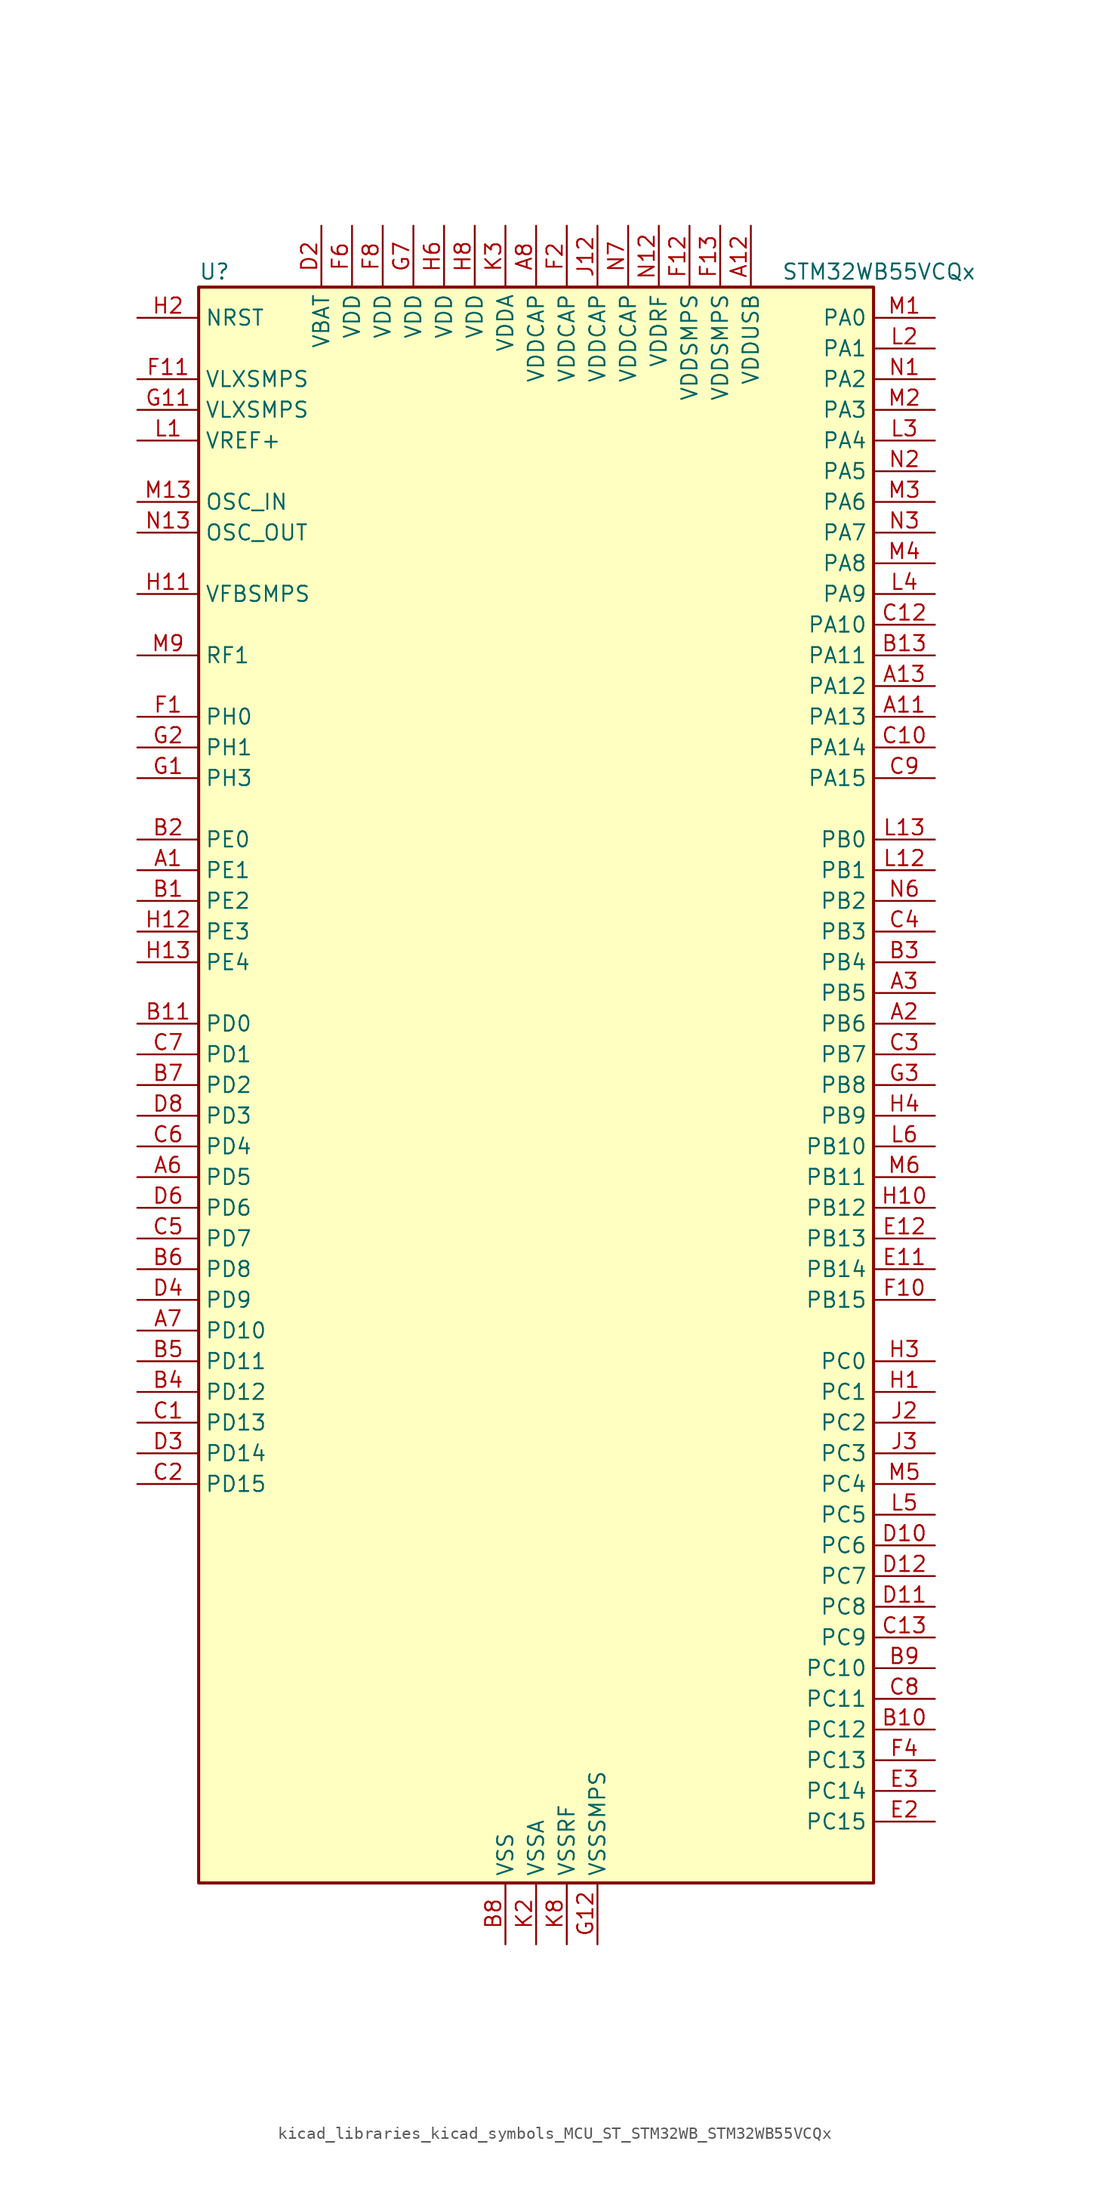
<source format=kicad_sym>
(kicad_symbol_lib
  (version 20220914)
  (generator kicad_symbol_editor)
  (symbol "kicad_libraries_kicad_symbols_MCU_ST_STM32WB_STM32WB55VCQx"
    (property "Reference" "U"
      (at -27.94 67.31 0)
      (effects (font (size 1.27 1.27)) (justify left)))
    (property "Value" "STM32WB55VCQx"
      (at 20.32 67.31 0)
      (effects (font (size 1.27 1.27)) (justify left)))
    (property "ki_locked" ""
      (at 0 0 0)
      (effects (font (size 1.27 1.27))))
    (symbol "kicad_libraries_kicad_symbols_MCU_ST_STM32WB_STM32WB55VCQx_0_1"
      (rectangle (start -27.94 -66.04) (end 27.94 66.04) (stroke (width 0.254) (type default)) (fill (type background))))
    (symbol "kicad_libraries_kicad_symbols_MCU_ST_STM32WB_STM32WB55VCQx_1_1"
      (pin bidirectional line (at -33.02 17.78 0) (length 5.08) (name "PE1" (effects (font (size 1.27 1.27)))) (number "A1" (effects (font (size 1.27 1.27)))) (alternate "LCD_SEG37" bidirectional line) (alternate "TIM17_CH1" bidirectional line) (alternate "TSC_G7_IO2" bidirectional line))
      (pin bidirectional line (at 33.02 30.48 180) (length 5.08) (name "PA13" (effects (font (size 1.27 1.27)))) (number "A11" (effects (font (size 1.27 1.27)))) (alternate "IR_OUT" bidirectional line) (alternate "SAI1_SD_B" bidirectional line) (alternate "SYS_JTMS-SWDIO" bidirectional line) (alternate "USB_NOE" bidirectional line))
      (pin power_in line (at 17.78 71.12 270) (length 5.08) (name "VDDUSB" (effects (font (size 1.27 1.27)))) (number "A12" (effects (font (size 1.27 1.27)))))
      (pin bidirectional line (at 33.02 33.02 180) (length 5.08) (name "PA12" (effects (font (size 1.27 1.27)))) (number "A13" (effects (font (size 1.27 1.27)))) (alternate "LPUART1_RX" bidirectional line) (alternate "SPI1_MOSI" bidirectional line) (alternate "TIM1_ETR" bidirectional line) (alternate "USART1_DE" bidirectional line) (alternate "USART1_RTS" bidirectional line) (alternate "USB_DP" bidirectional line))
      (pin bidirectional line (at 33.02 5.08 180) (length 5.08) (name "PB6" (effects (font (size 1.27 1.27)))) (number "A2" (effects (font (size 1.27 1.27)))) (alternate "COMP2_INP" bidirectional line) (alternate "I2C1_SCL" bidirectional line) (alternate "LCD_SEG6" bidirectional line) (alternate "LPTIM1_ETR" bidirectional line) (alternate "RCC_MCO" bidirectional line) (alternate "SAI1_FS_B" bidirectional line) (alternate "TIM16_CH1N" bidirectional line) (alternate "TSC_G2_IO3" bidirectional line) (alternate "USART1_TX" bidirectional line))
      (pin bidirectional line (at 33.02 7.62 180) (length 5.08) (name "PB5" (effects (font (size 1.27 1.27)))) (number "A3" (effects (font (size 1.27 1.27)))) (alternate "COMP2_OUT" bidirectional line) (alternate "I2C1_SMBA" bidirectional line) (alternate "LCD_SEG9" bidirectional line) (alternate "LPTIM1_IN1" bidirectional line) (alternate "LPUART1_TX" bidirectional line) (alternate "SAI1_SD_B" bidirectional line) (alternate "SPI1_MOSI" bidirectional line) (alternate "TIM16_BKIN" bidirectional line) (alternate "TSC_G2_IO2" bidirectional line) (alternate "USART1_CK" bidirectional line))
      (pin bidirectional line (at -33.02 -7.62 0) (length 5.08) (name "PD5" (effects (font (size 1.27 1.27)))) (number "A6" (effects (font (size 1.27 1.27)))) (alternate "QUADSPI_BK1_IO1" bidirectional line) (alternate "SAI1_MCLK_B" bidirectional line) (alternate "TSC_G5_IO2" bidirectional line))
      (pin bidirectional line (at -33.02 -20.32 0) (length 5.08) (name "PD10" (effects (font (size 1.27 1.27)))) (number "A7" (effects (font (size 1.27 1.27)))) (alternate "LCD_SEG30" bidirectional line) (alternate "SYS_TRIG_INOUT" bidirectional line) (alternate "TSC_G6_IO1" bidirectional line))
      (pin power_in line (at 0 71.12 270) (length 5.08) (name "VDDCAP" (effects (font (size 1.27 1.27)))) (number "A8" (effects (font (size 1.27 1.27)))))
      (pin bidirectional line (at -33.02 15.24 0) (length 5.08) (name "PE2" (effects (font (size 1.27 1.27)))) (number "B1" (effects (font (size 1.27 1.27)))) (alternate "LCD_SEG38" bidirectional line) (alternate "SAI1_CK1" bidirectional line) (alternate "SAI1_MCLK_A" bidirectional line) (alternate "SYS_TRACECLK" bidirectional line) (alternate "TSC_G7_IO1" bidirectional line))
      (pin bidirectional line (at 33.02 -53.34 180) (length 5.08) (name "PC12" (effects (font (size 1.27 1.27)))) (number "B10" (effects (font (size 1.27 1.27)))) (alternate "LCD_COM6" bidirectional line) (alternate "LCD_SEG30" bidirectional line) (alternate "LCD_SEG42" bidirectional line) (alternate "RCC_LSCO" bidirectional line) (alternate "RTC_TAMP3" bidirectional line) (alternate "SYS_TRACED3" bidirectional line) (alternate "SYS_WKUP3" bidirectional line) (alternate "TSC_G3_IO4" bidirectional line))
      (pin bidirectional line (at -33.02 5.08 0) (length 5.08) (name "PD0" (effects (font (size 1.27 1.27)))) (number "B11" (effects (font (size 1.27 1.27)))) (alternate "SPI2_NSS" bidirectional line))
      (pin passive line (at -2.54 -71.12 90) (length 5.08) hide (name "VSS" (effects (font (size 1.27 1.27)))) (number "B12" (effects (font (size 1.27 1.27)))))
      (pin bidirectional line (at 33.02 35.56 180) (length 5.08) (name "PA11" (effects (font (size 1.27 1.27)))) (number "B13" (effects (font (size 1.27 1.27)))) (alternate "ADC1_EXTI11" bidirectional line) (alternate "SPI1_MISO" bidirectional line) (alternate "TIM1_BKIN2" bidirectional line) (alternate "TIM1_CH4" bidirectional line) (alternate "USART1_CTS" bidirectional line) (alternate "USART1_NSS" bidirectional line) (alternate "USB_DM" bidirectional line))
      (pin bidirectional line (at -33.02 20.32 0) (length 5.08) (name "PE0" (effects (font (size 1.27 1.27)))) (number "B2" (effects (font (size 1.27 1.27)))) (alternate "LCD_SEG36" bidirectional line) (alternate "TIM16_CH1" bidirectional line) (alternate "TIM1_ETR" bidirectional line) (alternate "TSC_G7_IO3" bidirectional line))
      (pin bidirectional line (at 33.02 10.16 180) (length 5.08) (name "PB4" (effects (font (size 1.27 1.27)))) (number "B3" (effects (font (size 1.27 1.27)))) (alternate "COMP2_INP" bidirectional line) (alternate "I2C3_SDA" bidirectional line) (alternate "LCD_SEG8" bidirectional line) (alternate "SAI1_MCLK_B" bidirectional line) (alternate "SPI1_MISO" bidirectional line) (alternate "SYS_JTRST" bidirectional line) (alternate "TIM17_BKIN" bidirectional line) (alternate "TSC_G2_IO1" bidirectional line) (alternate "USART1_CTS" bidirectional line) (alternate "USART1_NSS" bidirectional line))
      (pin bidirectional line (at -33.02 -25.4 0) (length 5.08) (name "PD12" (effects (font (size 1.27 1.27)))) (number "B4" (effects (font (size 1.27 1.27)))) (alternate "LCD_SEG32" bidirectional line) (alternate "LPTIM2_IN1" bidirectional line) (alternate "TSC_G6_IO3" bidirectional line))
      (pin bidirectional line (at -33.02 -22.86 0) (length 5.08) (name "PD11" (effects (font (size 1.27 1.27)))) (number "B5" (effects (font (size 1.27 1.27)))) (alternate "ADC1_EXTI11" bidirectional line) (alternate "LCD_SEG31" bidirectional line) (alternate "LPTIM2_ETR" bidirectional line) (alternate "TSC_G6_IO2" bidirectional line))
      (pin bidirectional line (at -33.02 -15.24 0) (length 5.08) (name "PD8" (effects (font (size 1.27 1.27)))) (number "B6" (effects (font (size 1.27 1.27)))) (alternate "LCD_SEG28" bidirectional line) (alternate "TIM1_BKIN2" bidirectional line))
      (pin bidirectional line (at -33.02 0 0) (length 5.08) (name "PD2" (effects (font (size 1.27 1.27)))) (number "B7" (effects (font (size 1.27 1.27)))) (alternate "LCD_COM7" bidirectional line) (alternate "LCD_SEG31" bidirectional line) (alternate "LCD_SEG43" bidirectional line) (alternate "SYS_TRACED2" bidirectional line) (alternate "TSC_SYNC" bidirectional line))
      (pin power_in line (at -2.54 -71.12 90) (length 5.08) (name "VSS" (effects (font (size 1.27 1.27)))) (number "B8" (effects (font (size 1.27 1.27)))))
      (pin bidirectional line (at 33.02 -48.26 180) (length 5.08) (name "PC10" (effects (font (size 1.27 1.27)))) (number "B9" (effects (font (size 1.27 1.27)))) (alternate "LCD_COM4" bidirectional line) (alternate "LCD_SEG28" bidirectional line) (alternate "LCD_SEG40" bidirectional line) (alternate "SYS_TRACED1" bidirectional line) (alternate "TSC_G3_IO2" bidirectional line))
      (pin bidirectional line (at -33.02 -27.94 0) (length 5.08) (name "PD13" (effects (font (size 1.27 1.27)))) (number "C1" (effects (font (size 1.27 1.27)))) (alternate "LCD_SEG33" bidirectional line) (alternate "LPTIM2_OUT" bidirectional line) (alternate "TSC_G6_IO4" bidirectional line))
      (pin bidirectional line (at 33.02 27.94 180) (length 5.08) (name "PA14" (effects (font (size 1.27 1.27)))) (number "C10" (effects (font (size 1.27 1.27)))) (alternate "I2C1_SMBA" bidirectional line) (alternate "LCD_SEG5" bidirectional line) (alternate "LPTIM1_OUT" bidirectional line) (alternate "SAI1_FS_B" bidirectional line) (alternate "SYS_JTCK-SWCLK" bidirectional line))
      (pin passive line (at -2.54 -71.12 90) (length 5.08) hide (name "VSS" (effects (font (size 1.27 1.27)))) (number "C11" (effects (font (size 1.27 1.27)))))
      (pin bidirectional line (at 33.02 38.1 180) (length 5.08) (name "PA10" (effects (font (size 1.27 1.27)))) (number "C12" (effects (font (size 1.27 1.27)))) (alternate "CRS_SYNC" bidirectional line) (alternate "I2C1_SDA" bidirectional line) (alternate "LCD_COM2" bidirectional line) (alternate "SAI1_D1" bidirectional line) (alternate "SAI1_SD_A" bidirectional line) (alternate "TIM17_BKIN" bidirectional line) (alternate "TIM1_CH3" bidirectional line) (alternate "USART1_RX" bidirectional line))
      (pin bidirectional line (at 33.02 -45.72 180) (length 5.08) (name "PC9" (effects (font (size 1.27 1.27)))) (number "C13" (effects (font (size 1.27 1.27)))) (alternate "LCD_SEG27" bidirectional line) (alternate "SAI1_SCK_B" bidirectional line) (alternate "TIM1_BKIN" bidirectional line) (alternate "TSC_G4_IO4" bidirectional line) (alternate "USB_NOE" bidirectional line))
      (pin bidirectional line (at -33.02 -33.02 0) (length 5.08) (name "PD15" (effects (font (size 1.27 1.27)))) (number "C2" (effects (font (size 1.27 1.27)))) (alternate "ADC1_EXTI15" bidirectional line) (alternate "LCD_SEG35" bidirectional line) (alternate "TIM1_CH2" bidirectional line))
      (pin bidirectional line (at 33.02 2.54 180) (length 5.08) (name "PB7" (effects (font (size 1.27 1.27)))) (number "C3" (effects (font (size 1.27 1.27)))) (alternate "COMP2_INM" bidirectional line) (alternate "I2C1_SDA" bidirectional line) (alternate "LCD_SEG21" bidirectional line) (alternate "LPTIM1_IN2" bidirectional line) (alternate "SYS_PVD_IN" bidirectional line) (alternate "TIM17_CH1N" bidirectional line) (alternate "TIM1_BKIN" bidirectional line) (alternate "TSC_G2_IO4" bidirectional line) (alternate "USART1_RX" bidirectional line))
      (pin bidirectional line (at 33.02 12.7 180) (length 5.08) (name "PB3" (effects (font (size 1.27 1.27)))) (number "C4" (effects (font (size 1.27 1.27)))) (alternate "COMP2_INM" bidirectional line) (alternate "LCD_SEG7" bidirectional line) (alternate "SAI1_SCK_B" bidirectional line) (alternate "SPI1_SCK" bidirectional line) (alternate "SYS_JTDO-SWO" bidirectional line) (alternate "TIM2_CH2" bidirectional line) (alternate "USART1_DE" bidirectional line) (alternate "USART1_RTS" bidirectional line))
      (pin bidirectional line (at -33.02 -12.7 0) (length 5.08) (name "PD7" (effects (font (size 1.27 1.27)))) (number "C5" (effects (font (size 1.27 1.27)))) (alternate "LCD_SEG39" bidirectional line) (alternate "QUADSPI_BK1_IO3" bidirectional line) (alternate "TSC_G5_IO4" bidirectional line))
      (pin bidirectional line (at -33.02 -5.08 0) (length 5.08) (name "PD4" (effects (font (size 1.27 1.27)))) (number "C6" (effects (font (size 1.27 1.27)))) (alternate "QUADSPI_BK1_IO0" bidirectional line) (alternate "SPI2_MOSI" bidirectional line) (alternate "TSC_G5_IO1" bidirectional line))
      (pin bidirectional line (at -33.02 2.54 0) (length 5.08) (name "PD1" (effects (font (size 1.27 1.27)))) (number "C7" (effects (font (size 1.27 1.27)))) (alternate "SPI2_SCK" bidirectional line))
      (pin bidirectional line (at 33.02 -50.8 180) (length 5.08) (name "PC11" (effects (font (size 1.27 1.27)))) (number "C8" (effects (font (size 1.27 1.27)))) (alternate "ADC1_EXTI11" bidirectional line) (alternate "LCD_COM5" bidirectional line) (alternate "LCD_SEG29" bidirectional line) (alternate "LCD_SEG41" bidirectional line) (alternate "TSC_G3_IO3" bidirectional line))
      (pin bidirectional line (at 33.02 25.4 180) (length 5.08) (name "PA15" (effects (font (size 1.27 1.27)))) (number "C9" (effects (font (size 1.27 1.27)))) (alternate "ADC1_EXTI15" bidirectional line) (alternate "LCD_SEG17" bidirectional line) (alternate "RCC_MCO" bidirectional line) (alternate "SPI1_NSS" bidirectional line) (alternate "SYS_JTDI" bidirectional line) (alternate "TIM2_CH1" bidirectional line) (alternate "TIM2_ETR" bidirectional line) (alternate "TSC_G3_IO1" bidirectional line))
      (pin bidirectional line (at 33.02 -38.1 180) (length 5.08) (name "PC6" (effects (font (size 1.27 1.27)))) (number "D10" (effects (font (size 1.27 1.27)))) (alternate "LCD_SEG24" bidirectional line) (alternate "TSC_G4_IO1" bidirectional line))
      (pin bidirectional line (at 33.02 -43.18 180) (length 5.08) (name "PC8" (effects (font (size 1.27 1.27)))) (number "D11" (effects (font (size 1.27 1.27)))) (alternate "LCD_SEG26" bidirectional line) (alternate "TSC_G4_IO3" bidirectional line))
      (pin bidirectional line (at 33.02 -40.64 180) (length 5.08) (name "PC7" (effects (font (size 1.27 1.27)))) (number "D12" (effects (font (size 1.27 1.27)))) (alternate "LCD_SEG25" bidirectional line) (alternate "TSC_G4_IO2" bidirectional line))
      (pin power_in line (at -17.78 71.12 270) (length 5.08) (name "VBAT" (effects (font (size 1.27 1.27)))) (number "D2" (effects (font (size 1.27 1.27)))))
      (pin bidirectional line (at -33.02 -30.48 0) (length 5.08) (name "PD14" (effects (font (size 1.27 1.27)))) (number "D3" (effects (font (size 1.27 1.27)))) (alternate "LCD_SEG34" bidirectional line) (alternate "TIM1_CH1" bidirectional line))
      (pin bidirectional line (at -33.02 -17.78 0) (length 5.08) (name "PD9" (effects (font (size 1.27 1.27)))) (number "D4" (effects (font (size 1.27 1.27)))) (alternate "LCD_SEG29" bidirectional line) (alternate "SYS_TRACED0" bidirectional line))
      (pin bidirectional line (at -33.02 -10.16 0) (length 5.08) (name "PD6" (effects (font (size 1.27 1.27)))) (number "D6" (effects (font (size 1.27 1.27)))) (alternate "QUADSPI_BK1_IO2" bidirectional line) (alternate "SAI1_D1" bidirectional line) (alternate "SAI1_SD_A" bidirectional line) (alternate "TSC_G5_IO3" bidirectional line))
      (pin bidirectional line (at -33.02 -2.54 0) (length 5.08) (name "PD3" (effects (font (size 1.27 1.27)))) (number "D8" (effects (font (size 1.27 1.27)))) (alternate "QUADSPI_BK1_NCS" bidirectional line) (alternate "SPI2_MISO" bidirectional line) (alternate "SPI2_SCK" bidirectional line))
      (pin bidirectional line (at 33.02 -15.24 180) (length 5.08) (name "PB14" (effects (font (size 1.27 1.27)))) (number "E11" (effects (font (size 1.27 1.27)))) (alternate "I2C3_SDA" bidirectional line) (alternate "LCD_SEG14" bidirectional line) (alternate "SAI1_MCLK_A" bidirectional line) (alternate "SPI2_MISO" bidirectional line) (alternate "TIM1_CH2N" bidirectional line) (alternate "TSC_G1_IO3" bidirectional line))
      (pin bidirectional line (at 33.02 -12.7 180) (length 5.08) (name "PB13" (effects (font (size 1.27 1.27)))) (number "E12" (effects (font (size 1.27 1.27)))) (alternate "I2C3_SCL" bidirectional line) (alternate "LCD_SEG13" bidirectional line) (alternate "LPUART1_CTS" bidirectional line) (alternate "SAI1_SCK_A" bidirectional line) (alternate "SPI2_SCK" bidirectional line) (alternate "TIM1_CH1N" bidirectional line) (alternate "TSC_G1_IO2" bidirectional line))
      (pin bidirectional line (at 33.02 -60.96 180) (length 5.08) (name "PC15" (effects (font (size 1.27 1.27)))) (number "E2" (effects (font (size 1.27 1.27)))) (alternate "ADC1_EXTI15" bidirectional line) (alternate "RCC_OSC32_OUT" bidirectional line))
      (pin bidirectional line (at 33.02 -58.42 180) (length 5.08) (name "PC14" (effects (font (size 1.27 1.27)))) (number "E3" (effects (font (size 1.27 1.27)))) (alternate "RCC_OSC32_IN" bidirectional line))
      (pin passive line (at -2.54 -71.12 90) (length 5.08) hide (name "VSS" (effects (font (size 1.27 1.27)))) (number "E5" (effects (font (size 1.27 1.27)))))
      (pin passive line (at -2.54 -71.12 90) (length 5.08) hide (name "VSS" (effects (font (size 1.27 1.27)))) (number "E7" (effects (font (size 1.27 1.27)))))
      (pin passive line (at -2.54 -71.12 90) (length 5.08) hide (name "VSS" (effects (font (size 1.27 1.27)))) (number "E9" (effects (font (size 1.27 1.27)))))
      (pin bidirectional line (at -33.02 30.48 0) (length 5.08) (name "PH0" (effects (font (size 1.27 1.27)))) (number "F1" (effects (font (size 1.27 1.27)))))
      (pin bidirectional line (at 33.02 -17.78 180) (length 5.08) (name "PB15" (effects (font (size 1.27 1.27)))) (number "F10" (effects (font (size 1.27 1.27)))) (alternate "ADC1_EXTI15" bidirectional line) (alternate "LCD_SEG15" bidirectional line) (alternate "RTC_REFIN" bidirectional line) (alternate "SAI1_SD_A" bidirectional line) (alternate "SPI2_MOSI" bidirectional line) (alternate "TIM1_CH3N" bidirectional line) (alternate "TSC_G1_IO4" bidirectional line))
      (pin power_in line (at -33.02 58.42 0) (length 5.08) (name "VLXSMPS" (effects (font (size 1.27 1.27)))) (number "F11" (effects (font (size 1.27 1.27)))))
      (pin power_in line (at 12.7 71.12 270) (length 5.08) (name "VDDSMPS" (effects (font (size 1.27 1.27)))) (number "F12" (effects (font (size 1.27 1.27)))))
      (pin power_in line (at 15.24 71.12 270) (length 5.08) (name "VDDSMPS" (effects (font (size 1.27 1.27)))) (number "F13" (effects (font (size 1.27 1.27)))))
      (pin power_in line (at 2.54 71.12 270) (length 5.08) (name "VDDCAP" (effects (font (size 1.27 1.27)))) (number "F2" (effects (font (size 1.27 1.27)))))
      (pin passive line (at -2.54 -71.12 90) (length 5.08) hide (name "VSS" (effects (font (size 1.27 1.27)))) (number "F3" (effects (font (size 1.27 1.27)))))
      (pin bidirectional line (at 33.02 -55.88 180) (length 5.08) (name "PC13" (effects (font (size 1.27 1.27)))) (number "F4" (effects (font (size 1.27 1.27)))) (alternate "RTC_OUT1" bidirectional line) (alternate "RTC_TAMP1" bidirectional line) (alternate "RTC_TS" bidirectional line) (alternate "SYS_WKUP2" bidirectional line))
      (pin power_in line (at -15.24 71.12 270) (length 5.08) (name "VDD" (effects (font (size 1.27 1.27)))) (number "F6" (effects (font (size 1.27 1.27)))))
      (pin power_in line (at -12.7 71.12 270) (length 5.08) (name "VDD" (effects (font (size 1.27 1.27)))) (number "F8" (effects (font (size 1.27 1.27)))))
      (pin bidirectional line (at -33.02 25.4 0) (length 5.08) (name "PH3" (effects (font (size 1.27 1.27)))) (number "G1" (effects (font (size 1.27 1.27)))) (alternate "RCC_LSCO" bidirectional line))
      (pin power_in line (at -33.02 55.88 0) (length 5.08) (name "VLXSMPS" (effects (font (size 1.27 1.27)))) (number "G11" (effects (font (size 1.27 1.27)))))
      (pin power_in line (at 5.08 -71.12 90) (length 5.08) (name "VSSSMPS" (effects (font (size 1.27 1.27)))) (number "G12" (effects (font (size 1.27 1.27)))))
      (pin passive line (at 5.08 -71.12 90) (length 5.08) hide (name "VSSSMPS" (effects (font (size 1.27 1.27)))) (number "G13" (effects (font (size 1.27 1.27)))))
      (pin bidirectional line (at -33.02 27.94 0) (length 5.08) (name "PH1" (effects (font (size 1.27 1.27)))) (number "G2" (effects (font (size 1.27 1.27)))))
      (pin bidirectional line (at 33.02 0 180) (length 5.08) (name "PB8" (effects (font (size 1.27 1.27)))) (number "G3" (effects (font (size 1.27 1.27)))) (alternate "I2C1_SCL" bidirectional line) (alternate "LCD_SEG16" bidirectional line) (alternate "QUADSPI_BK1_IO1" bidirectional line) (alternate "SAI1_CK1" bidirectional line) (alternate "SAI1_MCLK_A" bidirectional line) (alternate "TIM16_CH1" bidirectional line) (alternate "TIM1_CH2N" bidirectional line))
      (pin passive line (at -2.54 -71.12 90) (length 5.08) hide (name "VSS" (effects (font (size 1.27 1.27)))) (number "G5" (effects (font (size 1.27 1.27)))))
      (pin power_in line (at -10.16 71.12 270) (length 5.08) (name "VDD" (effects (font (size 1.27 1.27)))) (number "G7" (effects (font (size 1.27 1.27)))))
      (pin passive line (at -2.54 -71.12 90) (length 5.08) hide (name "VSS" (effects (font (size 1.27 1.27)))) (number "G9" (effects (font (size 1.27 1.27)))))
      (pin bidirectional line (at 33.02 -25.4 180) (length 5.08) (name "PC1" (effects (font (size 1.27 1.27)))) (number "H1" (effects (font (size 1.27 1.27)))) (alternate "ADC1_IN2" bidirectional line) (alternate "I2C3_SDA" bidirectional line) (alternate "LCD_SEG19" bidirectional line) (alternate "LPTIM1_OUT" bidirectional line) (alternate "LPUART1_TX" bidirectional line) (alternate "SPI2_MOSI" bidirectional line))
      (pin bidirectional line (at 33.02 -10.16 180) (length 5.08) (name "PB12" (effects (font (size 1.27 1.27)))) (number "H10" (effects (font (size 1.27 1.27)))) (alternate "I2C3_SMBA" bidirectional line) (alternate "LCD_SEG12" bidirectional line) (alternate "LPUART1_DE" bidirectional line) (alternate "LPUART1_RTS" bidirectional line) (alternate "SAI1_FS_A" bidirectional line) (alternate "SPI2_NSS" bidirectional line) (alternate "TIM1_BKIN" bidirectional line) (alternate "TSC_G1_IO1" bidirectional line))
      (pin input line (at -33.02 40.64 0) (length 5.08) (name "VFBSMPS" (effects (font (size 1.27 1.27)))) (number "H11" (effects (font (size 1.27 1.27)))))
      (pin bidirectional line (at -33.02 12.7 0) (length 5.08) (name "PE3" (effects (font (size 1.27 1.27)))) (number "H12" (effects (font (size 1.27 1.27)))))
      (pin bidirectional line (at -33.02 10.16 0) (length 5.08) (name "PE4" (effects (font (size 1.27 1.27)))) (number "H13" (effects (font (size 1.27 1.27)))))
      (pin input line (at -33.02 63.5 0) (length 5.08) (name "NRST" (effects (font (size 1.27 1.27)))) (number "H2" (effects (font (size 1.27 1.27)))))
      (pin bidirectional line (at 33.02 -22.86 180) (length 5.08) (name "PC0" (effects (font (size 1.27 1.27)))) (number "H3" (effects (font (size 1.27 1.27)))) (alternate "ADC1_IN1" bidirectional line) (alternate "I2C3_SCL" bidirectional line) (alternate "LCD_SEG18" bidirectional line) (alternate "LPTIM1_IN1" bidirectional line) (alternate "LPTIM2_IN1" bidirectional line) (alternate "LPUART1_RX" bidirectional line))
      (pin bidirectional line (at 33.02 -2.54 180) (length 5.08) (name "PB9" (effects (font (size 1.27 1.27)))) (number "H4" (effects (font (size 1.27 1.27)))) (alternate "I2C1_SDA" bidirectional line) (alternate "IR_OUT" bidirectional line) (alternate "LCD_COM3" bidirectional line) (alternate "QUADSPI_BK1_IO0" bidirectional line) (alternate "SAI1_D2" bidirectional line) (alternate "SAI1_FS_A" bidirectional line) (alternate "SPI2_NSS" bidirectional line) (alternate "TIM17_CH1" bidirectional line) (alternate "TIM1_CH3N" bidirectional line) (alternate "TSC_G7_IO4" bidirectional line))
      (pin power_in line (at -7.62 71.12 270) (length 5.08) (name "VDD" (effects (font (size 1.27 1.27)))) (number "H6" (effects (font (size 1.27 1.27)))))
      (pin power_in line (at -5.08 71.12 270) (length 5.08) (name "VDD" (effects (font (size 1.27 1.27)))) (number "H8" (effects (font (size 1.27 1.27)))))
      (pin passive line (at -2.54 -71.12 90) (length 5.08) hide (name "VSS" (effects (font (size 1.27 1.27)))) (number "J11" (effects (font (size 1.27 1.27)))))
      (pin power_in line (at 5.08 71.12 270) (length 5.08) (name "VDDCAP" (effects (font (size 1.27 1.27)))) (number "J12" (effects (font (size 1.27 1.27)))))
      (pin bidirectional line (at 33.02 -27.94 180) (length 5.08) (name "PC2" (effects (font (size 1.27 1.27)))) (number "J2" (effects (font (size 1.27 1.27)))) (alternate "ADC1_IN3" bidirectional line) (alternate "LCD_SEG20" bidirectional line) (alternate "LPTIM1_IN2" bidirectional line) (alternate "SPI2_MISO" bidirectional line))
      (pin bidirectional line (at 33.02 -30.48 180) (length 5.08) (name "PC3" (effects (font (size 1.27 1.27)))) (number "J3" (effects (font (size 1.27 1.27)))) (alternate "ADC1_IN4" bidirectional line) (alternate "LCD_VLCD" bidirectional line) (alternate "LPTIM1_ETR" bidirectional line) (alternate "LPTIM2_ETR" bidirectional line) (alternate "SAI1_D1" bidirectional line) (alternate "SAI1_SD_A" bidirectional line) (alternate "SPI2_MOSI" bidirectional line))
      (pin passive line (at -2.54 -71.12 90) (length 5.08) hide (name "VSS" (effects (font (size 1.27 1.27)))) (number "J5" (effects (font (size 1.27 1.27)))))
      (pin passive line (at -2.54 -71.12 90) (length 5.08) hide (name "VSS" (effects (font (size 1.27 1.27)))) (number "J7" (effects (font (size 1.27 1.27)))))
      (pin passive line (at -2.54 -71.12 90) (length 5.08) hide (name "VSS" (effects (font (size 1.27 1.27)))) (number "J9" (effects (font (size 1.27 1.27)))))
      (pin passive line (at 2.54 -71.12 90) (length 5.08) hide (name "VSSRF" (effects (font (size 1.27 1.27)))) (number "K10" (effects (font (size 1.27 1.27)))))
      (pin no_connect line (at -27.94 -66.04 0) (length 5.08) hide (name "AT0" (effects (font (size 1.27 1.27)))) (number "K11" (effects (font (size 1.27 1.27)))))
      (pin no_connect line (at -27.94 -63.5 0) (length 5.08) hide (name "AT1" (effects (font (size 1.27 1.27)))) (number "K12" (effects (font (size 1.27 1.27)))))
      (pin power_in line (at 0 -71.12 90) (length 5.08) (name "VSSA" (effects (font (size 1.27 1.27)))) (number "K2" (effects (font (size 1.27 1.27)))))
      (pin power_in line (at -2.54 71.12 270) (length 5.08) (name "VDDA" (effects (font (size 1.27 1.27)))) (number "K3" (effects (font (size 1.27 1.27)))))
      (pin passive line (at -2.54 -71.12 90) (length 5.08) hide (name "VSS" (effects (font (size 1.27 1.27)))) (number "K4" (effects (font (size 1.27 1.27)))))
      (pin passive line (at -2.54 -71.12 90) (length 5.08) hide (name "VSS" (effects (font (size 1.27 1.27)))) (number "K6" (effects (font (size 1.27 1.27)))))
      (pin power_in line (at 2.54 -71.12 90) (length 5.08) (name "VSSRF" (effects (font (size 1.27 1.27)))) (number "K8" (effects (font (size 1.27 1.27)))))
      (pin input line (at -33.02 53.34 0) (length 5.08) (name "VREF+" (effects (font (size 1.27 1.27)))) (number "L1" (effects (font (size 1.27 1.27)))) (alternate "VREFBUF_OUT" bidirectional line))
      (pin passive line (at 2.54 -71.12 90) (length 5.08) hide (name "VSSRF" (effects (font (size 1.27 1.27)))) (number "L10" (effects (font (size 1.27 1.27)))))
      (pin passive line (at 2.54 -71.12 90) (length 5.08) hide (name "VSSRF" (effects (font (size 1.27 1.27)))) (number "L11" (effects (font (size 1.27 1.27)))))
      (pin bidirectional line (at 33.02 17.78 180) (length 5.08) (name "PB1" (effects (font (size 1.27 1.27)))) (number "L12" (effects (font (size 1.27 1.27)))) (alternate "LPTIM2_IN1" bidirectional line) (alternate "LPUART1_DE" bidirectional line) (alternate "LPUART1_RTS" bidirectional line))
      (pin bidirectional line (at 33.02 20.32 180) (length 5.08) (name "PB0" (effects (font (size 1.27 1.27)))) (number "L13" (effects (font (size 1.27 1.27)))) (alternate "COMP1_OUT" bidirectional line) (alternate "RF_TX_MOD_EXT_PA" bidirectional line))
      (pin bidirectional line (at 33.02 60.96 180) (length 5.08) (name "PA1" (effects (font (size 1.27 1.27)))) (number "L2" (effects (font (size 1.27 1.27)))) (alternate "ADC1_IN6" bidirectional line) (alternate "COMP1_INP" bidirectional line) (alternate "I2C1_SMBA" bidirectional line) (alternate "LCD_SEG0" bidirectional line) (alternate "SPI1_SCK" bidirectional line) (alternate "TIM2_CH2" bidirectional line))
      (pin bidirectional line (at 33.02 53.34 180) (length 5.08) (name "PA4" (effects (font (size 1.27 1.27)))) (number "L3" (effects (font (size 1.27 1.27)))) (alternate "ADC1_IN9" bidirectional line) (alternate "COMP1_INM" bidirectional line) (alternate "COMP2_INM" bidirectional line) (alternate "LCD_SEG5" bidirectional line) (alternate "LPTIM2_OUT" bidirectional line) (alternate "SAI1_FS_B" bidirectional line) (alternate "SPI1_NSS" bidirectional line))
      (pin bidirectional line (at 33.02 40.64 180) (length 5.08) (name "PA9" (effects (font (size 1.27 1.27)))) (number "L4" (effects (font (size 1.27 1.27)))) (alternate "ADC1_IN16" bidirectional line) (alternate "COMP1_INM" bidirectional line) (alternate "I2C1_SCL" bidirectional line) (alternate "LCD_COM1" bidirectional line) (alternate "SAI1_D2" bidirectional line) (alternate "SAI1_FS_A" bidirectional line) (alternate "SPI2_SCK" bidirectional line) (alternate "TIM1_CH2" bidirectional line) (alternate "USART1_TX" bidirectional line))
      (pin bidirectional line (at 33.02 -35.56 180) (length 5.08) (name "PC5" (effects (font (size 1.27 1.27)))) (number "L5" (effects (font (size 1.27 1.27)))) (alternate "ADC1_IN14" bidirectional line) (alternate "COMP1_INP" bidirectional line) (alternate "LCD_SEG23" bidirectional line) (alternate "SAI1_D3" bidirectional line) (alternate "SYS_WKUP5" bidirectional line))
      (pin bidirectional line (at 33.02 -5.08 180) (length 5.08) (name "PB10" (effects (font (size 1.27 1.27)))) (number "L6" (effects (font (size 1.27 1.27)))) (alternate "COMP1_OUT" bidirectional line) (alternate "I2C3_SCL" bidirectional line) (alternate "LCD_SEG10" bidirectional line) (alternate "LPUART1_RX" bidirectional line) (alternate "QUADSPI_CLK" bidirectional line) (alternate "SAI1_SCK_A" bidirectional line) (alternate "SPI2_SCK" bidirectional line) (alternate "TIM2_CH3" bidirectional line) (alternate "TSC_SYNC" bidirectional line))
      (pin passive line (at 2.54 -71.12 90) (length 5.08) hide (name "VSSRF" (effects (font (size 1.27 1.27)))) (number "L7" (effects (font (size 1.27 1.27)))))
      (pin passive line (at 2.54 -71.12 90) (length 5.08) hide (name "VSSRF" (effects (font (size 1.27 1.27)))) (number "L8" (effects (font (size 1.27 1.27)))))
      (pin passive line (at 2.54 -71.12 90) (length 5.08) hide (name "VSSRF" (effects (font (size 1.27 1.27)))) (number "L9" (effects (font (size 1.27 1.27)))))
      (pin bidirectional line (at 33.02 63.5 180) (length 5.08) (name "PA0" (effects (font (size 1.27 1.27)))) (number "M1" (effects (font (size 1.27 1.27)))) (alternate "ADC1_IN5" bidirectional line) (alternate "COMP1_INM" bidirectional line) (alternate "COMP1_OUT" bidirectional line) (alternate "RTC_TAMP2" bidirectional line) (alternate "SAI1_EXTCLK" bidirectional line) (alternate "SYS_WKUP1" bidirectional line) (alternate "TIM2_CH1" bidirectional line) (alternate "TIM2_ETR" bidirectional line))
      (pin passive line (at 2.54 -71.12 90) (length 5.08) hide (name "VSSRF" (effects (font (size 1.27 1.27)))) (number "M10" (effects (font (size 1.27 1.27)))))
      (pin passive line (at 2.54 -71.12 90) (length 5.08) hide (name "VSSRF" (effects (font (size 1.27 1.27)))) (number "M11" (effects (font (size 1.27 1.27)))))
      (pin passive line (at 2.54 -71.12 90) (length 5.08) hide (name "VSSRF" (effects (font (size 1.27 1.27)))) (number "M12" (effects (font (size 1.27 1.27)))))
      (pin input line (at -33.02 48.26 0) (length 5.08) (name "OSC_IN" (effects (font (size 1.27 1.27)))) (number "M13" (effects (font (size 1.27 1.27)))) (alternate "RCC_OSC_IN" bidirectional line))
      (pin bidirectional line (at 33.02 55.88 180) (length 5.08) (name "PA3" (effects (font (size 1.27 1.27)))) (number "M2" (effects (font (size 1.27 1.27)))) (alternate "ADC1_IN8" bidirectional line) (alternate "COMP2_INP" bidirectional line) (alternate "LCD_SEG2" bidirectional line) (alternate "LPUART1_RX" bidirectional line) (alternate "QUADSPI_CLK" bidirectional line) (alternate "SAI1_CK1" bidirectional line) (alternate "SAI1_MCLK_A" bidirectional line) (alternate "TIM2_CH4" bidirectional line))
      (pin bidirectional line (at 33.02 48.26 180) (length 5.08) (name "PA6" (effects (font (size 1.27 1.27)))) (number "M3" (effects (font (size 1.27 1.27)))) (alternate "ADC1_IN11" bidirectional line) (alternate "LCD_SEG3" bidirectional line) (alternate "LPUART1_CTS" bidirectional line) (alternate "QUADSPI_BK1_IO3" bidirectional line) (alternate "SPI1_MISO" bidirectional line) (alternate "TIM16_CH1" bidirectional line) (alternate "TIM1_BKIN" bidirectional line))
      (pin bidirectional line (at 33.02 43.18 180) (length 5.08) (name "PA8" (effects (font (size 1.27 1.27)))) (number "M4" (effects (font (size 1.27 1.27)))) (alternate "ADC1_IN15" bidirectional line) (alternate "LCD_COM0" bidirectional line) (alternate "LPTIM2_OUT" bidirectional line) (alternate "RCC_MCO" bidirectional line) (alternate "SAI1_CK2" bidirectional line) (alternate "SAI1_SCK_A" bidirectional line) (alternate "TIM1_CH1" bidirectional line) (alternate "USART1_CK" bidirectional line))
      (pin bidirectional line (at 33.02 -33.02 180) (length 5.08) (name "PC4" (effects (font (size 1.27 1.27)))) (number "M5" (effects (font (size 1.27 1.27)))) (alternate "ADC1_IN13" bidirectional line) (alternate "COMP1_INM" bidirectional line) (alternate "LCD_SEG22" bidirectional line))
      (pin bidirectional line (at 33.02 -7.62 180) (length 5.08) (name "PB11" (effects (font (size 1.27 1.27)))) (number "M6" (effects (font (size 1.27 1.27)))) (alternate "ADC1_EXTI11" bidirectional line) (alternate "COMP2_OUT" bidirectional line) (alternate "I2C3_SDA" bidirectional line) (alternate "LCD_SEG11" bidirectional line) (alternate "LPUART1_TX" bidirectional line) (alternate "QUADSPI_BK1_NCS" bidirectional line) (alternate "TIM2_CH4" bidirectional line))
      (pin passive line (at -2.54 -71.12 90) (length 5.08) hide (name "VSS" (effects (font (size 1.27 1.27)))) (number "M7" (effects (font (size 1.27 1.27)))))
      (pin passive line (at 2.54 -71.12 90) (length 5.08) hide (name "VSSRF" (effects (font (size 1.27 1.27)))) (number "M8" (effects (font (size 1.27 1.27)))))
      (pin bidirectional line (at -33.02 35.56 0) (length 5.08) (name "RF1" (effects (font (size 1.27 1.27)))) (number "M9" (effects (font (size 1.27 1.27)))) (alternate "RF_RF1" bidirectional line))
      (pin bidirectional line (at 33.02 58.42 180) (length 5.08) (name "PA2" (effects (font (size 1.27 1.27)))) (number "N1" (effects (font (size 1.27 1.27)))) (alternate "ADC1_IN7" bidirectional line) (alternate "COMP2_INM" bidirectional line) (alternate "COMP2_OUT" bidirectional line) (alternate "LCD_SEG1" bidirectional line) (alternate "LPUART1_TX" bidirectional line) (alternate "QUADSPI_BK1_NCS" bidirectional line) (alternate "RCC_LSCO" bidirectional line) (alternate "SYS_WKUP4" bidirectional line) (alternate "TIM2_CH3" bidirectional line))
      (pin passive line (at 2.54 -71.12 90) (length 5.08) hide (name "VSSRF" (effects (font (size 1.27 1.27)))) (number "N11" (effects (font (size 1.27 1.27)))))
      (pin power_in line (at 10.16 71.12 270) (length 5.08) (name "VDDRF" (effects (font (size 1.27 1.27)))) (number "N12" (effects (font (size 1.27 1.27)))))
      (pin input line (at -33.02 45.72 0) (length 5.08) (name "OSC_OUT" (effects (font (size 1.27 1.27)))) (number "N13" (effects (font (size 1.27 1.27)))) (alternate "RCC_OSC_OUT" bidirectional line))
      (pin bidirectional line (at 33.02 50.8 180) (length 5.08) (name "PA5" (effects (font (size 1.27 1.27)))) (number "N2" (effects (font (size 1.27 1.27)))) (alternate "ADC1_IN10" bidirectional line) (alternate "COMP1_INM" bidirectional line) (alternate "COMP2_INM" bidirectional line) (alternate "LPTIM2_ETR" bidirectional line) (alternate "SAI1_SD_B" bidirectional line) (alternate "SPI1_SCK" bidirectional line) (alternate "TIM2_CH1" bidirectional line) (alternate "TIM2_ETR" bidirectional line))
      (pin bidirectional line (at 33.02 45.72 180) (length 5.08) (name "PA7" (effects (font (size 1.27 1.27)))) (number "N3" (effects (font (size 1.27 1.27)))) (alternate "ADC1_IN12" bidirectional line) (alternate "COMP2_OUT" bidirectional line) (alternate "I2C3_SCL" bidirectional line) (alternate "LCD_SEG4" bidirectional line) (alternate "QUADSPI_BK1_IO2" bidirectional line) (alternate "SPI1_MOSI" bidirectional line) (alternate "TIM17_CH1" bidirectional line) (alternate "TIM1_CH1N" bidirectional line))
      (pin bidirectional line (at 33.02 15.24 180) (length 5.08) (name "PB2" (effects (font (size 1.27 1.27)))) (number "N6" (effects (font (size 1.27 1.27)))) (alternate "COMP1_INP" bidirectional line) (alternate "I2C3_SMBA" bidirectional line) (alternate "LCD_VLCD" bidirectional line) (alternate "LPTIM1_OUT" bidirectional line) (alternate "RTC_OUT2" bidirectional line) (alternate "SAI1_EXTCLK" bidirectional line) (alternate "SPI1_NSS" bidirectional line))
      (pin power_in line (at 7.62 71.12 270) (length 5.08) (name "VDDCAP" (effects (font (size 1.27 1.27)))) (number "N7" (effects (font (size 1.27 1.27)))))
      (pin passive line (at 2.54 -71.12 90) (length 5.08) hide (name "VSSRF" (effects (font (size 1.27 1.27)))) (number "N8" (effects (font (size 1.27 1.27))))))))
</source>
